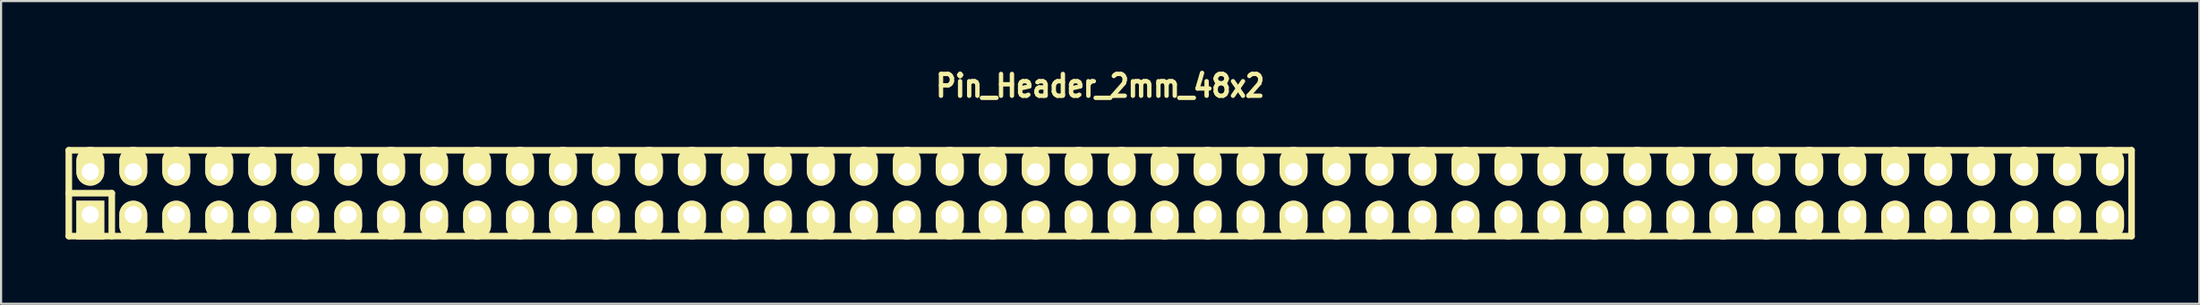
<source format=kicad_pcb>
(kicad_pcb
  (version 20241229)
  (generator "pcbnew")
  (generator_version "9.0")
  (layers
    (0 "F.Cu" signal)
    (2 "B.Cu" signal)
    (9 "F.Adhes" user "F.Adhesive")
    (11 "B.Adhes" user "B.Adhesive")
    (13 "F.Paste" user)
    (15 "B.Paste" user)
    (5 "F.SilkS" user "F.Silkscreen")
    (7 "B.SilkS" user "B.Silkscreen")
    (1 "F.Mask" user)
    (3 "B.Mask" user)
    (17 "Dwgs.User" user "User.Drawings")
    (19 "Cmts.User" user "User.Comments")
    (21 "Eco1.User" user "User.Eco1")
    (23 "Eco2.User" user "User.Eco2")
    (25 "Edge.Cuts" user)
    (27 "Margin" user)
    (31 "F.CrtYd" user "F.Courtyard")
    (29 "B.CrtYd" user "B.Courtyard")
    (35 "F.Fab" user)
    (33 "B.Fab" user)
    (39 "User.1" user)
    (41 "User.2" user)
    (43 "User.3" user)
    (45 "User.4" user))
  (footprint "Pin_Header_2mm_48x2"
    (layer "F.Cu")
    (at 48.152 5.951)
    (property "Reference" "Pin_Header_2mm_48x2" (at 0 -5 0) (layer "F.SilkS") (effects (font (size 1.016 0.889) (thickness 0.203))))
    (attr through_hole)
    (fp_line (start -48 -2) (end 48 -2) (stroke (width 0.305) (type solid)) (layer "F.SilkS"))
    (fp_line (start -48 0) (end -46 0) (stroke (width 0.305) (type solid)) (layer "F.SilkS"))
    (fp_line (start -48 2) (end -48 -2) (stroke (width 0.305) (type solid)) (layer "F.SilkS"))
    (fp_line (start -46 0) (end -46 2) (stroke (width 0.305) (type solid)) (layer "F.SilkS"))
    (fp_line (start 48 -2) (end 48 2) (stroke (width 0.305) (type solid)) (layer "F.SilkS"))
    (fp_line (start 48 2) (end -48 2) (stroke (width 0.305) (type solid)) (layer "F.SilkS"))
    (pad "1" thru_hole rect (at -47 1) (size 1.3 1.8) (drill 0.8 (offset 0 0.25)) (layers "*.Cu" "*.Mask" "F.SilkS"))
    (pad "2" thru_hole oval (at -47 -1) (size 1.3 1.8) (drill 0.8 (offset 0 -0.25)) (layers "*.Cu" "*.Mask" "F.SilkS"))
    (pad "3" thru_hole oval (at -45 1) (size 1.3 1.8) (drill 0.8 (offset 0 0.25)) (layers "*.Cu" "*.Mask" "F.SilkS"))
    (pad "4" thru_hole oval (at -45 -1) (size 1.3 1.8) (drill 0.8 (offset 0 -0.25)) (layers "*.Cu" "*.Mask" "F.SilkS"))
    (pad "5" thru_hole oval (at -43 1) (size 1.3 1.8) (drill 0.8 (offset 0 0.25)) (layers "*.Cu" "*.Mask" "F.SilkS"))
    (pad "6" thru_hole oval (at -43 -1) (size 1.3 1.8) (drill 0.8 (offset 0 -0.25)) (layers "*.Cu" "*.Mask" "F.SilkS"))
    (pad "7" thru_hole oval (at -41 1) (size 1.3 1.8) (drill 0.8 (offset 0 0.25)) (layers "*.Cu" "*.Mask" "F.SilkS"))
    (pad "8" thru_hole oval (at -41 -1) (size 1.3 1.8) (drill 0.8 (offset 0 -0.25)) (layers "*.Cu" "*.Mask" "F.SilkS"))
    (pad "9" thru_hole oval (at -39 1) (size 1.3 1.8) (drill 0.8 (offset 0 0.25)) (layers "*.Cu" "*.Mask" "F.SilkS"))
    (pad "10" thru_hole oval (at -39 -1) (size 1.3 1.8) (drill 0.8 (offset 0 -0.25)) (layers "*.Cu" "*.Mask" "F.SilkS"))
    (pad "11" thru_hole oval (at -37 1) (size 1.3 1.8) (drill 0.8 (offset 0 0.25)) (layers "*.Cu" "*.Mask" "F.SilkS"))
    (pad "12" thru_hole oval (at -37 -1) (size 1.3 1.8) (drill 0.8 (offset 0 -0.25)) (layers "*.Cu" "*.Mask" "F.SilkS"))
    (pad "13" thru_hole oval (at -35 1) (size 1.3 1.8) (drill 0.8 (offset 0 0.25)) (layers "*.Cu" "*.Mask" "F.SilkS"))
    (pad "14" thru_hole oval (at -35 -1) (size 1.3 1.8) (drill 0.8 (offset 0 -0.25)) (layers "*.Cu" "*.Mask" "F.SilkS"))
    (pad "15" thru_hole oval (at -33 1) (size 1.3 1.8) (drill 0.8 (offset 0 0.25)) (layers "*.Cu" "*.Mask" "F.SilkS"))
    (pad "16" thru_hole oval (at -33 -1) (size 1.3 1.8) (drill 0.8 (offset 0 -0.25)) (layers "*.Cu" "*.Mask" "F.SilkS"))
    (pad "17" thru_hole oval (at -31 1) (size 1.3 1.8) (drill 0.8 (offset 0 0.25)) (layers "*.Cu" "*.Mask" "F.SilkS"))
    (pad "18" thru_hole oval (at -31 -1) (size 1.3 1.8) (drill 0.8 (offset 0 -0.25)) (layers "*.Cu" "*.Mask" "F.SilkS"))
    (pad "19" thru_hole oval (at -29 1) (size 1.3 1.8) (drill 0.8 (offset 0 0.25)) (layers "*.Cu" "*.Mask" "F.SilkS"))
    (pad "20" thru_hole oval (at -29 -1) (size 1.3 1.8) (drill 0.8 (offset 0 -0.25)) (layers "*.Cu" "*.Mask" "F.SilkS"))
    (pad "21" thru_hole oval (at -27 1) (size 1.3 1.8) (drill 0.8 (offset 0 0.25)) (layers "*.Cu" "*.Mask" "F.SilkS"))
    (pad "22" thru_hole oval (at -27 -1) (size 1.3 1.8) (drill 0.8 (offset 0 -0.25)) (layers "*.Cu" "*.Mask" "F.SilkS"))
    (pad "23" thru_hole oval (at -25 1) (size 1.3 1.8) (drill 0.8 (offset 0 0.25)) (layers "*.Cu" "*.Mask" "F.SilkS"))
    (pad "24" thru_hole oval (at -25 -1) (size 1.3 1.8) (drill 0.8 (offset 0 -0.25)) (layers "*.Cu" "*.Mask" "F.SilkS"))
    (pad "25" thru_hole oval (at -23 1) (size 1.3 1.8) (drill 0.8 (offset 0 0.25)) (layers "*.Cu" "*.Mask" "F.SilkS"))
    (pad "26" thru_hole oval (at -23 -1) (size 1.3 1.8) (drill 0.8 (offset 0 -0.25)) (layers "*.Cu" "*.Mask" "F.SilkS"))
    (pad "27" thru_hole oval (at -21 1) (size 1.3 1.8) (drill 0.8 (offset 0 0.25)) (layers "*.Cu" "*.Mask" "F.SilkS"))
    (pad "28" thru_hole oval (at -21 -1) (size 1.3 1.8) (drill 0.8 (offset 0 -0.25)) (layers "*.Cu" "*.Mask" "F.SilkS"))
    (pad "29" thru_hole oval (at -19 1) (size 1.3 1.8) (drill 0.8 (offset 0 0.25)) (layers "*.Cu" "*.Mask" "F.SilkS"))
    (pad "30" thru_hole oval (at -19 -1) (size 1.3 1.8) (drill 0.8 (offset 0 -0.25)) (layers "*.Cu" "*.Mask" "F.SilkS"))
    (pad "31" thru_hole oval (at -17 1) (size 1.3 1.8) (drill 0.8 (offset 0 0.25)) (layers "*.Cu" "*.Mask" "F.SilkS"))
    (pad "32" thru_hole oval (at -17 -1) (size 1.3 1.8) (drill 0.8 (offset 0 -0.25)) (layers "*.Cu" "*.Mask" "F.SilkS"))
    (pad "33" thru_hole oval (at -15 1) (size 1.3 1.8) (drill 0.8 (offset 0 0.25)) (layers "*.Cu" "*.Mask" "F.SilkS"))
    (pad "34" thru_hole oval (at -15 -1) (size 1.3 1.8) (drill 0.8 (offset 0 -0.25)) (layers "*.Cu" "*.Mask" "F.SilkS"))
    (pad "35" thru_hole oval (at -13 1) (size 1.3 1.8) (drill 0.8 (offset 0 0.25)) (layers "*.Cu" "*.Mask" "F.SilkS"))
    (pad "36" thru_hole oval (at -13 -1) (size 1.3 1.8) (drill 0.8 (offset 0 -0.25)) (layers "*.Cu" "*.Mask" "F.SilkS"))
    (pad "37" thru_hole oval (at -11 1) (size 1.3 1.8) (drill 0.8 (offset 0 0.25)) (layers "*.Cu" "*.Mask" "F.SilkS"))
    (pad "38" thru_hole oval (at -11 -1) (size 1.3 1.8) (drill 0.8 (offset 0 -0.25)) (layers "*.Cu" "*.Mask" "F.SilkS"))
    (pad "39" thru_hole oval (at -9 1) (size 1.3 1.8) (drill 0.8 (offset 0 0.25)) (layers "*.Cu" "*.Mask" "F.SilkS"))
    (pad "40" thru_hole oval (at -9 -1) (size 1.3 1.8) (drill 0.8 (offset 0 -0.25)) (layers "*.Cu" "*.Mask" "F.SilkS"))
    (pad "41" thru_hole oval (at -7 1) (size 1.3 1.8) (drill 0.8 (offset 0 0.25)) (layers "*.Cu" "*.Mask" "F.SilkS"))
    (pad "42" thru_hole oval (at -7 -1) (size 1.3 1.8) (drill 0.8 (offset 0 -0.25)) (layers "*.Cu" "*.Mask" "F.SilkS"))
    (pad "43" thru_hole oval (at -5 1) (size 1.3 1.8) (drill 0.8 (offset 0 0.25)) (layers "*.Cu" "*.Mask" "F.SilkS"))
    (pad "44" thru_hole oval (at -5 -1) (size 1.3 1.8) (drill 0.8 (offset 0 -0.25)) (layers "*.Cu" "*.Mask" "F.SilkS"))
    (pad "45" thru_hole oval (at -3 1) (size 1.3 1.8) (drill 0.8 (offset 0 0.25)) (layers "*.Cu" "*.Mask" "F.SilkS"))
    (pad "46" thru_hole oval (at -3 -1) (size 1.3 1.8) (drill 0.8 (offset 0 -0.25)) (layers "*.Cu" "*.Mask" "F.SilkS"))
    (pad "47" thru_hole oval (at -1 1) (size 1.3 1.8) (drill 0.8 (offset 0 0.25)) (layers "*.Cu" "*.Mask" "F.SilkS"))
    (pad "48" thru_hole oval (at -1 -1) (size 1.3 1.8) (drill 0.8 (offset 0 -0.25)) (layers "*.Cu" "*.Mask" "F.SilkS"))
    (pad "49" thru_hole oval (at 1 1) (size 1.3 1.8) (drill 0.8 (offset 0 0.25)) (layers "*.Cu" "*.Mask" "F.SilkS"))
    (pad "50" thru_hole oval (at 1 -1) (size 1.3 1.8) (drill 0.8 (offset 0 -0.25)) (layers "*.Cu" "*.Mask" "F.SilkS"))
    (pad "51" thru_hole oval (at 3 1) (size 1.3 1.8) (drill 0.8 (offset 0 0.25)) (layers "*.Cu" "*.Mask" "F.SilkS"))
    (pad "52" thru_hole oval (at 3 -1) (size 1.3 1.8) (drill 0.8 (offset 0 -0.25)) (layers "*.Cu" "*.Mask" "F.SilkS"))
    (pad "53" thru_hole oval (at 5 1) (size 1.3 1.8) (drill 0.8 (offset 0 0.25)) (layers "*.Cu" "*.Mask" "F.SilkS"))
    (pad "54" thru_hole oval (at 5 -1) (size 1.3 1.8) (drill 0.8 (offset 0 -0.25)) (layers "*.Cu" "*.Mask" "F.SilkS"))
    (pad "55" thru_hole oval (at 7 1) (size 1.3 1.8) (drill 0.8 (offset 0 0.25)) (layers "*.Cu" "*.Mask" "F.SilkS"))
    (pad "56" thru_hole oval (at 7 -1) (size 1.3 1.8) (drill 0.8 (offset 0 -0.25)) (layers "*.Cu" "*.Mask" "F.SilkS"))
    (pad "57" thru_hole oval (at 9 1) (size 1.3 1.8) (drill 0.8 (offset 0 0.25)) (layers "*.Cu" "*.Mask" "F.SilkS"))
    (pad "58" thru_hole oval (at 9 -1) (size 1.3 1.8) (drill 0.8 (offset 0 -0.25)) (layers "*.Cu" "*.Mask" "F.SilkS"))
    (pad "59" thru_hole oval (at 11 1) (size 1.3 1.8) (drill 0.8 (offset 0 0.25)) (layers "*.Cu" "*.Mask" "F.SilkS"))
    (pad "60" thru_hole oval (at 11 -1) (size 1.3 1.8) (drill 0.8 (offset 0 -0.25)) (layers "*.Cu" "*.Mask" "F.SilkS"))
    (pad "61" thru_hole oval (at 13 1) (size 1.3 1.8) (drill 0.8 (offset 0 0.25)) (layers "*.Cu" "*.Mask" "F.SilkS"))
    (pad "62" thru_hole oval (at 13 -1) (size 1.3 1.8) (drill 0.8 (offset 0 -0.25)) (layers "*.Cu" "*.Mask" "F.SilkS"))
    (pad "63" thru_hole oval (at 15 1) (size 1.3 1.8) (drill 0.8 (offset 0 0.25)) (layers "*.Cu" "*.Mask" "F.SilkS"))
    (pad "64" thru_hole oval (at 15 -1) (size 1.3 1.8) (drill 0.8 (offset 0 -0.25)) (layers "*.Cu" "*.Mask" "F.SilkS"))
    (pad "65" thru_hole oval (at 17 1) (size 1.3 1.8) (drill 0.8 (offset 0 0.25)) (layers "*.Cu" "*.Mask" "F.SilkS"))
    (pad "66" thru_hole oval (at 17 -1) (size 1.3 1.8) (drill 0.8 (offset 0 -0.25)) (layers "*.Cu" "*.Mask" "F.SilkS"))
    (pad "67" thru_hole oval (at 19 1) (size 1.3 1.8) (drill 0.8 (offset 0 0.25)) (layers "*.Cu" "*.Mask" "F.SilkS"))
    (pad "68" thru_hole oval (at 19 -1) (size 1.3 1.8) (drill 0.8 (offset 0 -0.25)) (layers "*.Cu" "*.Mask" "F.SilkS"))
    (pad "69" thru_hole oval (at 21 1) (size 1.3 1.8) (drill 0.8 (offset 0 0.25)) (layers "*.Cu" "*.Mask" "F.SilkS"))
    (pad "70" thru_hole oval (at 21 -1) (size 1.3 1.8) (drill 0.8 (offset 0 -0.25)) (layers "*.Cu" "*.Mask" "F.SilkS"))
    (pad "71" thru_hole oval (at 23 1) (size 1.3 1.8) (drill 0.8 (offset 0 0.25)) (layers "*.Cu" "*.Mask" "F.SilkS"))
    (pad "72" thru_hole oval (at 23 -1) (size 1.3 1.8) (drill 0.8 (offset 0 -0.25)) (layers "*.Cu" "*.Mask" "F.SilkS"))
    (pad "73" thru_hole oval (at 25 1) (size 1.3 1.8) (drill 0.8 (offset 0 0.25)) (layers "*.Cu" "*.Mask" "F.SilkS"))
    (pad "74" thru_hole oval (at 25 -1) (size 1.3 1.8) (drill 0.8 (offset 0 -0.25)) (layers "*.Cu" "*.Mask" "F.SilkS"))
    (pad "75" thru_hole oval (at 27 1) (size 1.3 1.8) (drill 0.8 (offset 0 0.25)) (layers "*.Cu" "*.Mask" "F.SilkS"))
    (pad "76" thru_hole oval (at 27 -1) (size 1.3 1.8) (drill 0.8 (offset 0 -0.25)) (layers "*.Cu" "*.Mask" "F.SilkS"))
    (pad "77" thru_hole oval (at 29 1) (size 1.3 1.8) (drill 0.8 (offset 0 0.25)) (layers "*.Cu" "*.Mask" "F.SilkS"))
    (pad "78" thru_hole oval (at 29 -1) (size 1.3 1.8) (drill 0.8 (offset 0 -0.25)) (layers "*.Cu" "*.Mask" "F.SilkS"))
    (pad "79" thru_hole oval (at 31 1) (size 1.3 1.8) (drill 0.8 (offset 0 0.25)) (layers "*.Cu" "*.Mask" "F.SilkS"))
    (pad "80" thru_hole oval (at 31 -1) (size 1.3 1.8) (drill 0.8 (offset 0 -0.25)) (layers "*.Cu" "*.Mask" "F.SilkS"))
    (pad "81" thru_hole oval (at 33 1) (size 1.3 1.8) (drill 0.8 (offset 0 0.25)) (layers "*.Cu" "*.Mask" "F.SilkS"))
    (pad "82" thru_hole oval (at 33 -1) (size 1.3 1.8) (drill 0.8 (offset 0 -0.25)) (layers "*.Cu" "*.Mask" "F.SilkS"))
    (pad "83" thru_hole oval (at 35 1) (size 1.3 1.8) (drill 0.8 (offset 0 0.25)) (layers "*.Cu" "*.Mask" "F.SilkS"))
    (pad "84" thru_hole oval (at 35 -1) (size 1.3 1.8) (drill 0.8 (offset 0 -0.25)) (layers "*.Cu" "*.Mask" "F.SilkS"))
    (pad "85" thru_hole oval (at 37 1) (size 1.3 1.8) (drill 0.8 (offset 0 0.25)) (layers "*.Cu" "*.Mask" "F.SilkS"))
    (pad "86" thru_hole oval (at 37 -1) (size 1.3 1.8) (drill 0.8 (offset 0 -0.25)) (layers "*.Cu" "*.Mask" "F.SilkS"))
    (pad "87" thru_hole oval (at 39 1) (size 1.3 1.8) (drill 0.8 (offset 0 0.25)) (layers "*.Cu" "*.Mask" "F.SilkS"))
    (pad "88" thru_hole oval (at 39 -1) (size 1.3 1.8) (drill 0.8 (offset 0 -0.25)) (layers "*.Cu" "*.Mask" "F.SilkS"))
    (pad "89" thru_hole oval (at 41 1) (size 1.3 1.8) (drill 0.8 (offset 0 0.25)) (layers "*.Cu" "*.Mask" "F.SilkS"))
    (pad "90" thru_hole oval (at 41 -1) (size 1.3 1.8) (drill 0.8 (offset 0 -0.25)) (layers "*.Cu" "*.Mask" "F.SilkS"))
    (pad "91" thru_hole oval (at 43 1) (size 1.3 1.8) (drill 0.8 (offset 0 0.25)) (layers "*.Cu" "*.Mask" "F.SilkS"))
    (pad "92" thru_hole oval (at 43 -1) (size 1.3 1.8) (drill 0.8 (offset 0 -0.25)) (layers "*.Cu" "*.Mask" "F.SilkS"))
    (pad "93" thru_hole oval (at 45 1) (size 1.3 1.8) (drill 0.8 (offset 0 0.25)) (layers "*.Cu" "*.Mask" "F.SilkS"))
    (pad "94" thru_hole oval (at 45 -1) (size 1.3 1.8) (drill 0.8 (offset 0 -0.25)) (layers "*.Cu" "*.Mask" "F.SilkS"))
    (pad "95" thru_hole oval (at 47 1) (size 1.3 1.8) (drill 0.8 (offset 0 0.25)) (layers "*.Cu" "*.Mask" "F.SilkS"))
    (pad "96" thru_hole oval (at 47 -1) (size 1.3 1.8) (drill 0.8 (offset 0 -0.25)) (layers "*.Cu" "*.Mask" "F.SilkS")))
  (gr_rect
    (start -3 -3)
    (end 99.305 11.103)
    (stroke (width 0.1) (type default))
    (fill no)
    (layer "Edge.Cuts")))
</source>
